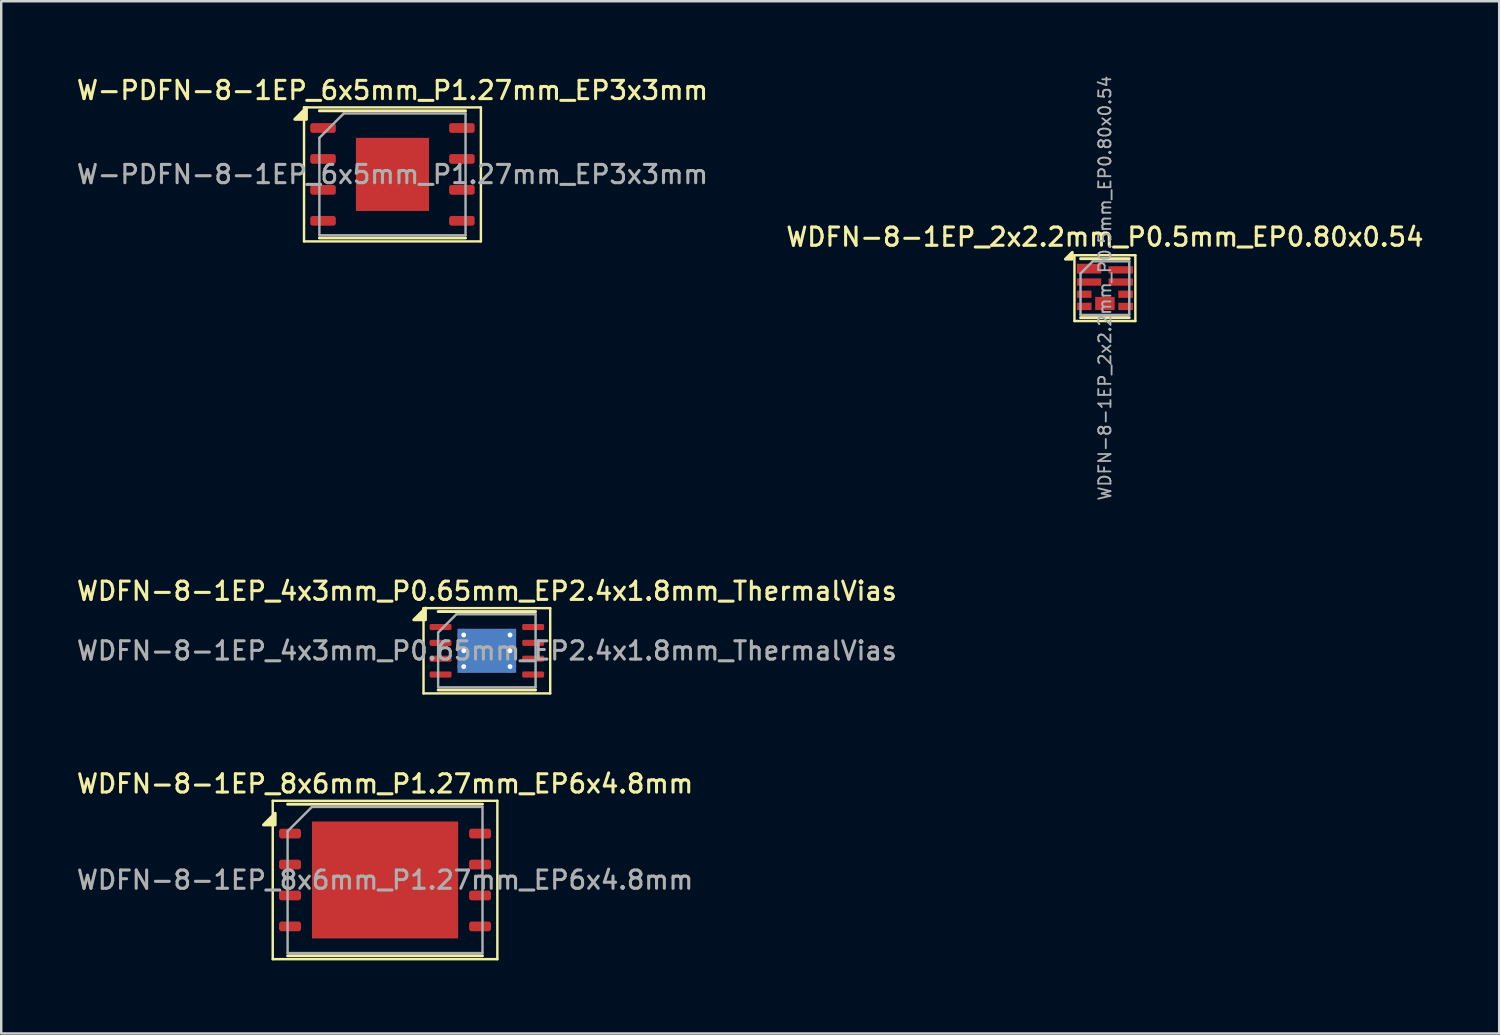
<source format=kicad_pcb>
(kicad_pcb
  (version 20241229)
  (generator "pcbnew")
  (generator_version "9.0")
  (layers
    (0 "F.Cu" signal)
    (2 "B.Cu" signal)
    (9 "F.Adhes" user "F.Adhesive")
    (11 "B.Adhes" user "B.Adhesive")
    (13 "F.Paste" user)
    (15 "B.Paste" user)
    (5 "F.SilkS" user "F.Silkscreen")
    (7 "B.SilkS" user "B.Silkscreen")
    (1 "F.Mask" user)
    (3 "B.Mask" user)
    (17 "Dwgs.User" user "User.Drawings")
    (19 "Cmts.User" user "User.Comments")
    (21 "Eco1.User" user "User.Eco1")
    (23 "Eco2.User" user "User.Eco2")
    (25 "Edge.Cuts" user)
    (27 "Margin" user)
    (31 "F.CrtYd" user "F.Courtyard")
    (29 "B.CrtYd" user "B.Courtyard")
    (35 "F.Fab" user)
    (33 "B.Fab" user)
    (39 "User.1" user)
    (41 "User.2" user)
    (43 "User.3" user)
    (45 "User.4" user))
  (footprint "WDFN-8-1EP_2x2.2mm_P0.5mm_EP0.80x0.54"
    (layer "F.Cu")
    (at 42.302 8.777)
    (property "Reference" "WDFN-8-1EP_2x2.2mm_P0.5mm_EP0.80x0.54" (at 0 -2.1 0) (layer "F.SilkS") (effects (font (size 0.75 0.75) (thickness 0.125))))
    (attr smd)
    (fp_line (start -1.25 -1.35) (end -1.25 1.35) (stroke (width 0.1) (type solid)) (layer "F.SilkS"))
    (fp_line (start -1.25 -1.35) (end 1.25 -1.35) (stroke (width 0.1) (type solid)) (layer "F.SilkS"))
    (fp_line (start -1.25 1.35) (end 1.25 1.35) (stroke (width 0.1) (type solid)) (layer "F.SilkS"))
    (fp_line (start -1 -1.21) (end 1 -1.21) (stroke (width 0.12) (type solid)) (layer "F.SilkS"))
    (fp_line (start -1 1.21) (end 1 1.21) (stroke (width 0.12) (type solid)) (layer "F.SilkS"))
    (fp_line (start 1.25 -1.35) (end 1.25 1.35) (stroke (width 0.1) (type solid)) (layer "F.SilkS"))
    (fp_poly (pts (xy -1.34 -1.19) (xy -1.62 -1.19) (xy -1.34 -1.47) (xy -1.34 -1.19)) (stroke (width 0.12) (type solid)) (fill yes) (layer "F.SilkS"))
    (fp_line (start -1 -0.6) (end -0.5 -1.1) (stroke (width 0.1) (type solid)) (layer "F.Fab"))
    (fp_line (start -1 1.1) (end -1 -0.6) (stroke (width 0.1) (type solid)) (layer "F.Fab"))
    (fp_line (start -0.5 -1.1) (end 1 -1.1) (stroke (width 0.1) (type solid)) (layer "F.Fab"))
    (fp_line (start 1 -1.1) (end 1 1.1) (stroke (width 0.1) (type solid)) (layer "F.Fab"))
    (fp_line (start 1 1.1) (end -1 1.1) (stroke (width 0.1) (type solid)) (layer "F.Fab"))
    (fp_text user "${REFERENCE}" (at 0 0 90) (layer "F.Fab") (effects (font (size 0.5 0.5) (thickness 0.075))))
    (pad "1" smd rect (at -0.65 -0.8) (size 1 0.4) (layers "F.Cu" "F.Mask" "F.Paste"))
    (pad "2" smd rect (at -0.65 -0.25) (size 1 0.3) (layers "F.Cu" "F.Mask" "F.Paste"))
    (pad "3" smd rect (at -0.85 0.25) (size 0.6 0.3) (layers "F.Cu" "F.Mask" "F.Paste"))
    (pad "4" smd rect (at -0.85 0.75) (size 0.6 0.3) (layers "F.Cu" "F.Mask" "F.Paste"))
    (pad "5" smd rect (at 0.85 0.75) (size 0.6 0.3) (layers "F.Cu" "F.Mask" "F.Paste"))
    (pad "6" smd rect (at 0.85 0.25) (size 0.6 0.3) (layers "F.Cu" "F.Mask" "F.Paste"))
    (pad "7" smd rect (at 0.65 -0.25) (size 1 0.3) (layers "F.Cu" "F.Mask" "F.Paste"))
    (pad "8" smd rect (at 0.65 -0.75) (size 1 0.3) (layers "F.Cu" "F.Mask" "F.Paste"))
    (pad "9" smd rect (at 0 0.63) (size 0.8 0.54) (layers "F.Cu" "F.Mask" "F.Paste")))
  (footprint "WDFN-8-1EP_8x6mm_P1.27mm_EP6x4.8mm"
    (layer "F.Cu")
    (at 12.755 33.07)
    (property "Reference" "WDFN-8-1EP_8x6mm_P1.27mm_EP6x4.8mm" (at 0 -3.95 0) (layer "F.SilkS") (effects (font (size 0.75 0.75) (thickness 0.125))))
    (attr smd)
    (fp_line (start -4.61 -3.25) (end -4.61 3.25) (stroke (width 0.1) (type solid)) (layer "F.SilkS"))
    (fp_line (start -4.61 3.25) (end 4.61 3.25) (stroke (width 0.1) (type solid)) (layer "F.SilkS"))
    (fp_line (start -4 -3.11) (end 4 -3.11) (stroke (width 0.12) (type solid)) (layer "F.SilkS"))
    (fp_line (start -4 3.11) (end 4 3.11) (stroke (width 0.12) (type solid)) (layer "F.SilkS"))
    (fp_line (start 4.61 -3.25) (end -4.61 -3.25) (stroke (width 0.1) (type solid)) (layer "F.SilkS"))
    (fp_line (start 4.61 3.25) (end 4.61 -3.25) (stroke (width 0.1) (type solid)) (layer "F.SilkS"))
    (fp_poly (pts (xy -4.51 -2.26) (xy -4.99 -2.26) (xy -4.51 -2.74) (xy -4.51 -2.26)) (stroke (width 0.12) (type solid)) (fill yes) (layer "F.SilkS"))
    (fp_line (start -4 -2) (end -3 -3) (stroke (width 0.1) (type solid)) (layer "F.Fab"))
    (fp_line (start -4 3) (end -4 -2) (stroke (width 0.1) (type solid)) (layer "F.Fab"))
    (fp_line (start -3 -3) (end 4 -3) (stroke (width 0.1) (type solid)) (layer "F.Fab"))
    (fp_line (start 4 -3) (end 4 3) (stroke (width 0.1) (type solid)) (layer "F.Fab"))
    (fp_line (start 4 3) (end -4 3) (stroke (width 0.1) (type solid)) (layer "F.Fab"))
    (fp_text user "${REFERENCE}" (at 0 0 0) (layer "F.Fab") (effects (font (size 0.75 0.75) (thickness 0.125))))
    (pad "" smd roundrect (at -2.25 -1.6) (size 1.21 1.29) (layers "F.Paste") (roundrect_rratio 0.207))
    (pad "" smd roundrect (at -2.25 0) (size 1.21 1.29) (layers "F.Paste") (roundrect_rratio 0.207))
    (pad "" smd roundrect (at -2.25 1.6) (size 1.21 1.29) (layers "F.Paste") (roundrect_rratio 0.207))
    (pad "" smd roundrect (at -0.75 -1.6) (size 1.21 1.29) (layers "F.Paste") (roundrect_rratio 0.207))
    (pad "" smd roundrect (at -0.75 0) (size 1.21 1.29) (layers "F.Paste") (roundrect_rratio 0.207))
    (pad "" smd roundrect (at -0.75 1.6) (size 1.21 1.29) (layers "F.Paste") (roundrect_rratio 0.207))
    (pad "" smd roundrect (at 0.75 -1.6) (size 1.21 1.29) (layers "F.Paste") (roundrect_rratio 0.207))
    (pad "" smd roundrect (at 0.75 0) (size 1.21 1.29) (layers "F.Paste") (roundrect_rratio 0.207))
    (pad "" smd roundrect (at 0.75 1.6) (size 1.21 1.29) (layers "F.Paste") (roundrect_rratio 0.207))
    (pad "" smd roundrect (at 2.25 -1.6) (size 1.21 1.29) (layers "F.Paste") (roundrect_rratio 0.207))
    (pad "" smd roundrect (at 2.25 0) (size 1.21 1.29) (layers "F.Paste") (roundrect_rratio 0.207))
    (pad "" smd roundrect (at 2.25 1.6) (size 1.21 1.29) (layers "F.Paste") (roundrect_rratio 0.207))
    (pad "1" smd roundrect (at -3.9 -1.905) (size 0.9 0.4) (layers "F.Cu" "F.Mask" "F.Paste") (roundrect_rratio 0.25))
    (pad "2" smd roundrect (at -3.9 -0.635) (size 0.9 0.4) (layers "F.Cu" "F.Mask" "F.Paste") (roundrect_rratio 0.25))
    (pad "3" smd roundrect (at -3.9 0.635) (size 0.9 0.4) (layers "F.Cu" "F.Mask" "F.Paste") (roundrect_rratio 0.25))
    (pad "4" smd roundrect (at -3.9 1.905) (size 0.9 0.4) (layers "F.Cu" "F.Mask" "F.Paste") (roundrect_rratio 0.25))
    (pad "5" smd roundrect (at 3.9 1.905) (size 0.9 0.4) (layers "F.Cu" "F.Mask" "F.Paste") (roundrect_rratio 0.25))
    (pad "6" smd roundrect (at 3.9 0.635) (size 0.9 0.4) (layers "F.Cu" "F.Mask" "F.Paste") (roundrect_rratio 0.25))
    (pad "7" smd roundrect (at 3.9 -0.635) (size 0.9 0.4) (layers "F.Cu" "F.Mask" "F.Paste") (roundrect_rratio 0.25))
    (pad "8" smd roundrect (at 3.9 -1.905) (size 0.9 0.4) (layers "F.Cu" "F.Mask" "F.Paste") (roundrect_rratio 0.25))
    (pad "9" smd rect (at 0 0) (size 6 4.8) (property pad_prop_heatsink) (layers "F.Cu" "F.Mask")))
  (footprint "WDFN-8-1EP_4x3mm_P0.65mm_EP2.4x1.8mm_ThermalVias"
    (layer "F.Cu")
    (at 16.934 23.662)
    (property "Reference" "WDFN-8-1EP_4x3mm_P0.65mm_EP2.4x1.8mm_ThermalVias" (at 0 -2.45 0) (layer "F.SilkS") (effects (font (size 0.75 0.75) (thickness 0.125))))
    (attr smd)
    (fp_line (start -2.6 -1.75) (end -2.6 1.75) (stroke (width 0.1) (type solid)) (layer "F.SilkS"))
    (fp_line (start -2.6 1.75) (end 2.6 1.75) (stroke (width 0.1) (type solid)) (layer "F.SilkS"))
    (fp_line (start -2 -1.61) (end 2 -1.61) (stroke (width 0.12) (type solid)) (layer "F.SilkS"))
    (fp_line (start -2 1.61) (end 2 1.61) (stroke (width 0.12) (type solid)) (layer "F.SilkS"))
    (fp_line (start 2.6 -1.75) (end -2.6 -1.75) (stroke (width 0.1) (type solid)) (layer "F.SilkS"))
    (fp_line (start 2.6 1.75) (end 2.6 -1.75) (stroke (width 0.1) (type solid)) (layer "F.SilkS"))
    (fp_poly (pts (xy -2.52 -1.27) (xy -3 -1.27) (xy -2.52 -1.75) (xy -2.52 -1.27)) (stroke (width 0.12) (type solid)) (fill yes) (layer "F.SilkS"))
    (fp_line (start -2 -0.75) (end -1.25 -1.5) (stroke (width 0.1) (type solid)) (layer "F.Fab"))
    (fp_line (start -2 1.5) (end -2 -0.75) (stroke (width 0.1) (type solid)) (layer "F.Fab"))
    (fp_line (start -1.25 -1.5) (end 2 -1.5) (stroke (width 0.1) (type solid)) (layer "F.Fab"))
    (fp_line (start 2 -1.5) (end 2 1.5) (stroke (width 0.1) (type solid)) (layer "F.Fab"))
    (fp_line (start 2 1.5) (end -2 1.5) (stroke (width 0.1) (type solid)) (layer "F.Fab"))
    (fp_text user "${REFERENCE}" (at 0 0 0) (layer "F.Fab") (effects (font (size 0.75 0.75) (thickness 0.125))))
    (pad "" smd roundrect (at -0.6 -0.45) (size 0.97 0.73) (layers "F.Paste") (roundrect_rratio 0.25))
    (pad "" smd roundrect (at -0.6 0.45) (size 0.97 0.73) (layers "F.Paste") (roundrect_rratio 0.25))
    (pad "" smd roundrect (at 0.6 -0.45) (size 0.97 0.73) (layers "F.Paste") (roundrect_rratio 0.25))
    (pad "" smd roundrect (at 0.6 0.45) (size 0.97 0.73) (layers "F.Paste") (roundrect_rratio 0.25))
    (pad "1" smd roundrect (at -1.9 -0.975) (size 0.9 0.25) (layers "F.Cu" "F.Mask" "F.Paste") (roundrect_rratio 0.25))
    (pad "2" smd roundrect (at -1.9 -0.325) (size 0.9 0.25) (layers "F.Cu" "F.Mask" "F.Paste") (roundrect_rratio 0.25))
    (pad "3" smd roundrect (at -1.9 0.325) (size 0.9 0.25) (layers "F.Cu" "F.Mask" "F.Paste") (roundrect_rratio 0.25))
    (pad "4" smd roundrect (at -1.9 0.975) (size 0.9 0.25) (layers "F.Cu" "F.Mask" "F.Paste") (roundrect_rratio 0.25))
    (pad "5" smd roundrect (at 1.9 0.975) (size 0.9 0.25) (layers "F.Cu" "F.Mask" "F.Paste") (roundrect_rratio 0.25))
    (pad "6" smd roundrect (at 1.9 0.325) (size 0.9 0.25) (layers "F.Cu" "F.Mask" "F.Paste") (roundrect_rratio 0.25))
    (pad "7" smd roundrect (at 1.9 -0.325) (size 0.9 0.25) (layers "F.Cu" "F.Mask" "F.Paste") (roundrect_rratio 0.25))
    (pad "8" smd roundrect (at 1.9 -0.975) (size 0.9 0.25) (layers "F.Cu" "F.Mask" "F.Paste") (roundrect_rratio 0.25))
    (pad "9" thru_hole circle (at -0.95 -0.65) (size 0.5 0.5) (drill 0.2) (property pad_prop_heatsink) (layers "*.Cu"))
    (pad "9" thru_hole circle (at -0.95 0) (size 0.5 0.5) (drill 0.2) (property pad_prop_heatsink) (layers "*.Cu"))
    (pad "9" thru_hole circle (at -0.95 0.65) (size 0.5 0.5) (drill 0.2) (property pad_prop_heatsink) (layers "*.Cu"))
    (pad "9" smd rect (at 0 0) (size 2.4 1.8) (property pad_prop_heatsink) (layers "F.Cu" "F.Mask"))
    (pad "9" smd rect (at 0 0) (size 2.4 1.8) (property pad_prop_heatsink) (layers "B.Cu"))
    (pad "9" thru_hole circle (at 0.95 -0.65) (size 0.5 0.5) (drill 0.2) (property pad_prop_heatsink) (layers "*.Cu"))
    (pad "9" thru_hole circle (at 0.95 0) (size 0.5 0.5) (drill 0.2) (property pad_prop_heatsink) (layers "*.Cu"))
    (pad "9" thru_hole circle (at 0.95 0.65) (size 0.5 0.5) (drill 0.2) (property pad_prop_heatsink) (layers "*.Cu")))
  (footprint "W-PDFN-8-1EP_6x5mm_P1.27mm_EP3x3mm"
    (layer "F.Cu")
    (at 13.059 4.108)
    (property "Reference" "W-PDFN-8-1EP_6x5mm_P1.27mm_EP3x3mm" (at 0 -3.45 0) (layer "F.SilkS") (effects (font (size 0.75 0.75) (thickness 0.125))))
    (attr smd)
    (fp_line (start -3.63 -2.75) (end -3.63 2.75) (stroke (width 0.1) (type solid)) (layer "F.SilkS"))
    (fp_line (start -3.63 2.75) (end 3.63 2.75) (stroke (width 0.1) (type solid)) (layer "F.SilkS"))
    (fp_line (start -3 -2.61) (end 3 -2.61) (stroke (width 0.12) (type solid)) (layer "F.SilkS"))
    (fp_line (start -3 2.61) (end 3 2.61) (stroke (width 0.12) (type solid)) (layer "F.SilkS"))
    (fp_line (start 3.63 -2.75) (end -3.63 -2.75) (stroke (width 0.1) (type solid)) (layer "F.SilkS"))
    (fp_line (start 3.63 2.75) (end 3.63 -2.75) (stroke (width 0.1) (type solid)) (layer "F.SilkS"))
    (fp_poly (pts (xy -3.53 -2.26) (xy -4.01 -2.26) (xy -3.53 -2.74) (xy -3.53 -2.26)) (stroke (width 0.12) (type solid)) (fill yes) (layer "F.SilkS"))
    (fp_line (start -3 -1.5) (end -2 -2.5) (stroke (width 0.1) (type solid)) (layer "F.Fab"))
    (fp_line (start -3 2.5) (end -3 -1.5) (stroke (width 0.1) (type solid)) (layer "F.Fab"))
    (fp_line (start -2 -2.5) (end 3 -2.5) (stroke (width 0.1) (type solid)) (layer "F.Fab"))
    (fp_line (start 3 -2.5) (end 3 2.5) (stroke (width 0.1) (type solid)) (layer "F.Fab"))
    (fp_line (start 3 2.5) (end -3 2.5) (stroke (width 0.1) (type solid)) (layer "F.Fab"))
    (fp_text user "${REFERENCE}" (at 0 0 0) (layer "F.Fab") (effects (font (size 0.75 0.75) (thickness 0.125))))
    (pad "" smd roundrect (at -0.75 -0.75) (size 1.21 1.21) (layers "F.Paste") (roundrect_rratio 0.207))
    (pad "" smd roundrect (at -0.75 0.75) (size 1.21 1.21) (layers "F.Paste") (roundrect_rratio 0.207))
    (pad "" smd roundrect (at 0.75 -0.75) (size 1.21 1.21) (layers "F.Paste") (roundrect_rratio 0.207))
    (pad "" smd roundrect (at 0.75 0.75) (size 1.21 1.21) (layers "F.Paste") (roundrect_rratio 0.207))
    (pad "1" smd roundrect (at -2.85 -1.905) (size 1.05 0.4) (layers "F.Cu" "F.Mask" "F.Paste") (roundrect_rratio 0.25))
    (pad "2" smd roundrect (at -2.85 -0.635) (size 1.05 0.4) (layers "F.Cu" "F.Mask" "F.Paste") (roundrect_rratio 0.25))
    (pad "3" smd roundrect (at -2.85 0.635) (size 1.05 0.4) (layers "F.Cu" "F.Mask" "F.Paste") (roundrect_rratio 0.25))
    (pad "4" smd roundrect (at -2.85 1.905) (size 1.05 0.4) (layers "F.Cu" "F.Mask" "F.Paste") (roundrect_rratio 0.25))
    (pad "5" smd roundrect (at 2.85 1.905) (size 1.05 0.4) (layers "F.Cu" "F.Mask" "F.Paste") (roundrect_rratio 0.25))
    (pad "6" smd roundrect (at 2.85 0.635) (size 1.05 0.4) (layers "F.Cu" "F.Mask" "F.Paste") (roundrect_rratio 0.25))
    (pad "7" smd roundrect (at 2.85 -0.635) (size 1.05 0.4) (layers "F.Cu" "F.Mask" "F.Paste") (roundrect_rratio 0.25))
    (pad "8" smd roundrect (at 2.85 -1.905) (size 1.05 0.4) (layers "F.Cu" "F.Mask" "F.Paste") (roundrect_rratio 0.25))
    (pad "9" smd rect (at 0 0) (size 3 3) (property pad_prop_heatsink) (layers "F.Cu" "F.Mask")))
  (gr_rect
    (start -3 -3)
    (end 58.486 39.37)
    (stroke (width 0.1) (type default))
    (fill no)
    (layer "Edge.Cuts")))
</source>
